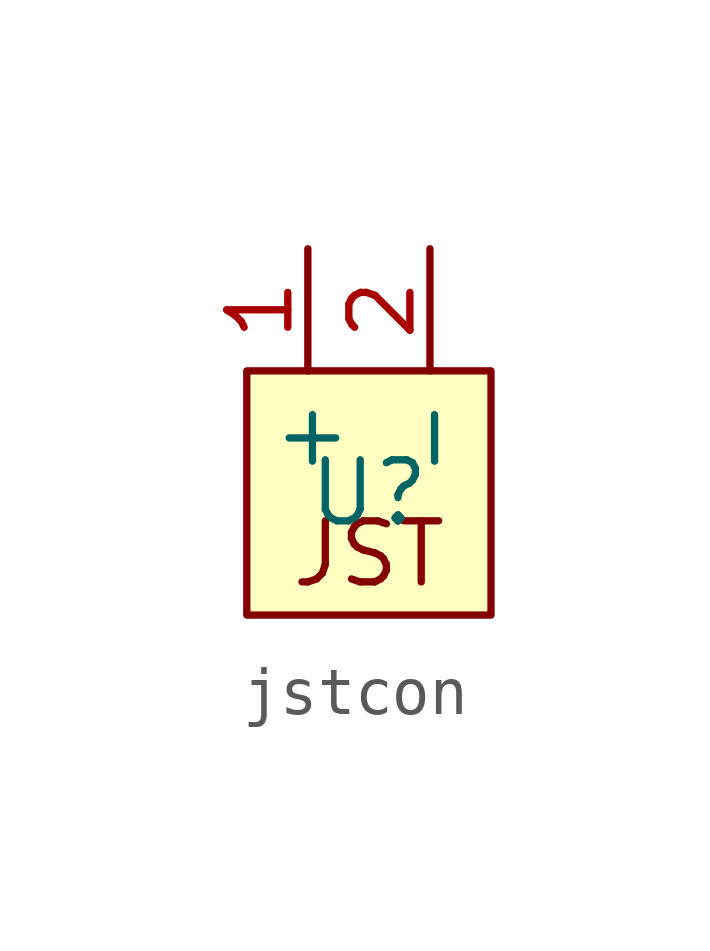
<source format=kicad_sym>
(kicad_symbol_lib
  (version 20220914)
  (generator kicad_symbol_editor)
  (symbol "jstcon"
    (property "Reference" "U"
      (at 0 0 0)
      (effects (font (size 1.27 1.27))))
    (property "Value" ""
      (at 0 0 0)
      (effects (font (size 1.27 1.27))))
    (symbol "jstcon_1_1"
      (rectangle (start -2.54 2.54) (end 2.54 -2.54) (stroke (width 0) (type default)) (fill (type background)))
      (text "JST" (at 0 -1.27 0) (effects (font (size 1.27 1.27))))
      (pin bidirectional line (at -1.27 5.08 270) (length 2.54) (name "+" (effects (font (size 1.27 1.27)))) (number "1" (effects (font (size 1.27 1.27)))))
      (pin bidirectional line (at 1.27 5.08 270) (length 2.54) (name "-" (effects (font (size 1.27 1.27)))) (number "2" (effects (font (size 1.27 1.27))))))))
</source>
